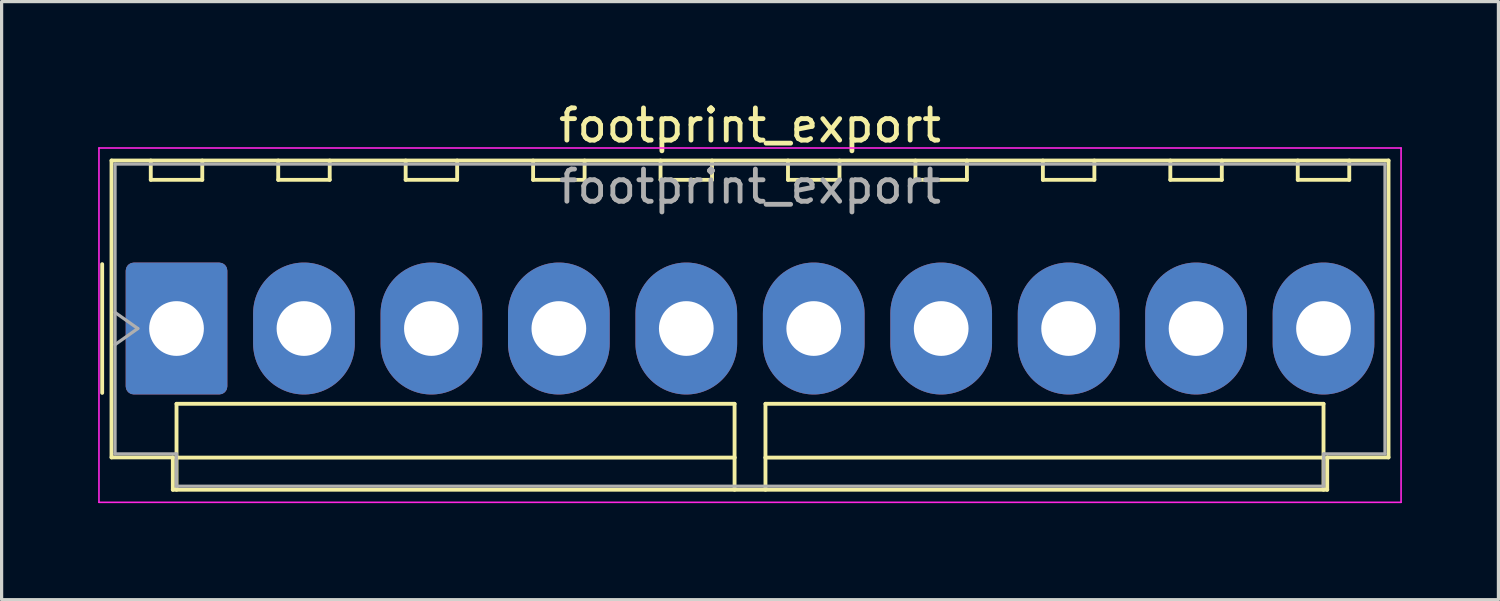
<source format=kicad_pcb>
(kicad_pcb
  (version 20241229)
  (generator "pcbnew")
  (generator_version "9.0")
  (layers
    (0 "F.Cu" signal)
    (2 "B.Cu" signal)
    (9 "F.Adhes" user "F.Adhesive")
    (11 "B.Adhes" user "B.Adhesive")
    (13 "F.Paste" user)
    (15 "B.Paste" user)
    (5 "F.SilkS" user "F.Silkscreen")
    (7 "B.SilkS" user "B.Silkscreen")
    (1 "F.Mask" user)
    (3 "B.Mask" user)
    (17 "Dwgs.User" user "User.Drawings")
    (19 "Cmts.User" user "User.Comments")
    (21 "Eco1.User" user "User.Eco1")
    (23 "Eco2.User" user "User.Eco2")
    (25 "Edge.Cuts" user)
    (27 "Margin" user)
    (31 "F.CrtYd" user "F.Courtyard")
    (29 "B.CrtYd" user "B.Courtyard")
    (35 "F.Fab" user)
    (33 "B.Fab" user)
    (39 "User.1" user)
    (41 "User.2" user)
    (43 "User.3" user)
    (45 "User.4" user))
  (footprint "footprint_export"
    (layer "F.Cu")
    (at 2.435 7.158)
    (property "Reference" "footprint_export" (at 17.82 -6.31 0) (layer "F.SilkS") (effects (font (size 1 1) (thickness 0.15))))
    (attr through_hole)
    (fp_line (start -2.31 -2) (end -2.31 2) (stroke (width 0.12) (type solid)) (layer "F.SilkS"))
    (fp_line (start -2.02 -5.22) (end 37.66 -5.22) (stroke (width 0.12) (type solid)) (layer "F.SilkS"))
    (fp_line (start -2.02 4.005) (end -2.02 -5.22) (stroke (width 0.12) (type solid)) (layer "F.SilkS"))
    (fp_line (start -0.8 -5.22) (end -0.8 -4.62) (stroke (width 0.12) (type solid)) (layer "F.SilkS"))
    (fp_line (start -0.8 -4.62) (end 0.8 -4.62) (stroke (width 0.12) (type solid)) (layer "F.SilkS"))
    (fp_line (start -0.115 4.005) (end -2.02 4.005) (stroke (width 0.12) (type solid)) (layer "F.SilkS"))
    (fp_line (start -0.115 5.01) (end -0.115 4.005) (stroke (width 0.12) (type solid)) (layer "F.SilkS"))
    (fp_line (start 0 2.34) (end 17.34 2.34) (stroke (width 0.12) (type solid)) (layer "F.SilkS"))
    (fp_line (start 0 4.01) (end 0 2.34) (stroke (width 0.12) (type solid)) (layer "F.SilkS"))
    (fp_line (start 0 4.01) (end 17.34 4.01) (stroke (width 0.12) (type solid)) (layer "F.SilkS"))
    (fp_line (start 0 5.01) (end 0 4.01) (stroke (width 0.12) (type solid)) (layer "F.SilkS"))
    (fp_line (start 0.8 -4.62) (end 0.8 -5.22) (stroke (width 0.12) (type solid)) (layer "F.SilkS"))
    (fp_line (start 3.16 -5.22) (end 3.16 -4.62) (stroke (width 0.12) (type solid)) (layer "F.SilkS"))
    (fp_line (start 3.16 -4.62) (end 4.76 -4.62) (stroke (width 0.12) (type solid)) (layer "F.SilkS"))
    (fp_line (start 4.76 -4.62) (end 4.76 -5.22) (stroke (width 0.12) (type solid)) (layer "F.SilkS"))
    (fp_line (start 7.12 -5.22) (end 7.12 -4.62) (stroke (width 0.12) (type solid)) (layer "F.SilkS"))
    (fp_line (start 7.12 -4.62) (end 8.72 -4.62) (stroke (width 0.12) (type solid)) (layer "F.SilkS"))
    (fp_line (start 8.72 -4.62) (end 8.72 -5.22) (stroke (width 0.12) (type solid)) (layer "F.SilkS"))
    (fp_line (start 11.08 -5.22) (end 11.08 -4.62) (stroke (width 0.12) (type solid)) (layer "F.SilkS"))
    (fp_line (start 11.08 -4.62) (end 12.68 -4.62) (stroke (width 0.12) (type solid)) (layer "F.SilkS"))
    (fp_line (start 12.68 -4.62) (end 12.68 -5.22) (stroke (width 0.12) (type solid)) (layer "F.SilkS"))
    (fp_line (start 15.04 -5.22) (end 15.04 -4.62) (stroke (width 0.12) (type solid)) (layer "F.SilkS"))
    (fp_line (start 15.04 -4.62) (end 16.64 -4.62) (stroke (width 0.12) (type solid)) (layer "F.SilkS"))
    (fp_line (start 16.64 -4.62) (end 16.64 -5.22) (stroke (width 0.12) (type solid)) (layer "F.SilkS"))
    (fp_line (start 17.34 2.34) (end 17.34 4.01) (stroke (width 0.12) (type solid)) (layer "F.SilkS"))
    (fp_line (start 17.34 4.01) (end 17.34 5.01) (stroke (width 0.12) (type solid)) (layer "F.SilkS"))
    (fp_line (start 18.3 2.34) (end 35.64 2.34) (stroke (width 0.12) (type solid)) (layer "F.SilkS"))
    (fp_line (start 18.3 4.01) (end 18.3 2.34) (stroke (width 0.12) (type solid)) (layer "F.SilkS"))
    (fp_line (start 18.3 4.01) (end 35.64 4.01) (stroke (width 0.12) (type solid)) (layer "F.SilkS"))
    (fp_line (start 18.3 5.01) (end 18.3 4.01) (stroke (width 0.12) (type solid)) (layer "F.SilkS"))
    (fp_line (start 19 -5.22) (end 19 -4.62) (stroke (width 0.12) (type solid)) (layer "F.SilkS"))
    (fp_line (start 19 -4.62) (end 20.6 -4.62) (stroke (width 0.12) (type solid)) (layer "F.SilkS"))
    (fp_line (start 20.6 -4.62) (end 20.6 -5.22) (stroke (width 0.12) (type solid)) (layer "F.SilkS"))
    (fp_line (start 22.96 -5.22) (end 22.96 -4.62) (stroke (width 0.12) (type solid)) (layer "F.SilkS"))
    (fp_line (start 22.96 -4.62) (end 24.56 -4.62) (stroke (width 0.12) (type solid)) (layer "F.SilkS"))
    (fp_line (start 24.56 -4.62) (end 24.56 -5.22) (stroke (width 0.12) (type solid)) (layer "F.SilkS"))
    (fp_line (start 26.92 -5.22) (end 26.92 -4.62) (stroke (width 0.12) (type solid)) (layer "F.SilkS"))
    (fp_line (start 26.92 -4.62) (end 28.52 -4.62) (stroke (width 0.12) (type solid)) (layer "F.SilkS"))
    (fp_line (start 28.52 -4.62) (end 28.52 -5.22) (stroke (width 0.12) (type solid)) (layer "F.SilkS"))
    (fp_line (start 30.88 -5.22) (end 30.88 -4.62) (stroke (width 0.12) (type solid)) (layer "F.SilkS"))
    (fp_line (start 30.88 -4.62) (end 32.48 -4.62) (stroke (width 0.12) (type solid)) (layer "F.SilkS"))
    (fp_line (start 32.48 -4.62) (end 32.48 -5.22) (stroke (width 0.12) (type solid)) (layer "F.SilkS"))
    (fp_line (start 34.84 -5.22) (end 34.84 -4.62) (stroke (width 0.12) (type solid)) (layer "F.SilkS"))
    (fp_line (start 34.84 -4.62) (end 36.44 -4.62) (stroke (width 0.12) (type solid)) (layer "F.SilkS"))
    (fp_line (start 35.64 2.34) (end 35.64 4.01) (stroke (width 0.12) (type solid)) (layer "F.SilkS"))
    (fp_line (start 35.64 4.01) (end 35.64 5.01) (stroke (width 0.12) (type solid)) (layer "F.SilkS"))
    (fp_line (start 35.755 4.005) (end 35.755 5.01) (stroke (width 0.12) (type solid)) (layer "F.SilkS"))
    (fp_line (start 35.755 5.01) (end -0.115 5.01) (stroke (width 0.12) (type solid)) (layer "F.SilkS"))
    (fp_line (start 36.44 -4.62) (end 36.44 -5.22) (stroke (width 0.12) (type solid)) (layer "F.SilkS"))
    (fp_line (start 37.66 -5.22) (end 37.66 4.005) (stroke (width 0.12) (type solid)) (layer "F.SilkS"))
    (fp_line (start 37.66 4.005) (end 35.755 4.005) (stroke (width 0.12) (type solid)) (layer "F.SilkS"))
    (fp_line (start -2.41 -5.61) (end -2.41 5.4) (stroke (width 0.05) (type solid)) (layer "F.CrtYd"))
    (fp_line (start -2.41 5.4) (end 38.05 5.4) (stroke (width 0.05) (type solid)) (layer "F.CrtYd"))
    (fp_line (start 38.05 -5.61) (end -2.41 -5.61) (stroke (width 0.05) (type solid)) (layer "F.CrtYd"))
    (fp_line (start 38.05 5.4) (end 38.05 -5.61) (stroke (width 0.05) (type solid)) (layer "F.CrtYd"))
    (fp_line (start -1.91 -5.11) (end 37.55 -5.11) (stroke (width 0.1) (type solid)) (layer "F.Fab"))
    (fp_line (start -1.91 -0.5) (end -1.203 0) (stroke (width 0.1) (type solid)) (layer "F.Fab"))
    (fp_line (start -1.91 3.895) (end -1.91 -5.11) (stroke (width 0.1) (type solid)) (layer "F.Fab"))
    (fp_line (start -1.203 0) (end -1.91 0.5) (stroke (width 0.1) (type solid)) (layer "F.Fab"))
    (fp_line (start -0.005 3.895) (end -1.91 3.895) (stroke (width 0.1) (type solid)) (layer "F.Fab"))
    (fp_line (start -0.005 4.9) (end -0.005 3.895) (stroke (width 0.1) (type solid)) (layer "F.Fab"))
    (fp_line (start 35.645 3.895) (end 35.645 4.9) (stroke (width 0.1) (type solid)) (layer "F.Fab"))
    (fp_line (start 35.645 4.9) (end -0.005 4.9) (stroke (width 0.1) (type solid)) (layer "F.Fab"))
    (fp_line (start 37.55 -5.11) (end 37.55 3.895) (stroke (width 0.1) (type solid)) (layer "F.Fab"))
    (fp_line (start 37.55 3.895) (end 35.645 3.895) (stroke (width 0.1) (type solid)) (layer "F.Fab"))
    (fp_text user "${REFERENCE}" (at 17.82 -4.41 0) (layer "F.Fab") (effects (font (size 1 1) (thickness 0.15))))
    (pad "1" thru_hole roundrect (at 0 0) (size 3.16 4.1) (drill 1.7) (layers "*.Cu" "*.Mask") (roundrect_rratio 0.079))
    (pad "2" thru_hole oval (at 3.96 0) (size 3.16 4.1) (drill 1.7) (layers "*.Cu" "*.Mask"))
    (pad "3" thru_hole oval (at 7.92 0) (size 3.16 4.1) (drill 1.7) (layers "*.Cu" "*.Mask"))
    (pad "4" thru_hole oval (at 11.88 0) (size 3.16 4.1) (drill 1.7) (layers "*.Cu" "*.Mask"))
    (pad "5" thru_hole oval (at 15.84 0) (size 3.16 4.1) (drill 1.7) (layers "*.Cu" "*.Mask"))
    (pad "6" thru_hole oval (at 19.8 0) (size 3.16 4.1) (drill 1.7) (layers "*.Cu" "*.Mask"))
    (pad "7" thru_hole oval (at 23.76 0) (size 3.16 4.1) (drill 1.7) (layers "*.Cu" "*.Mask"))
    (pad "8" thru_hole oval (at 27.72 0) (size 3.16 4.1) (drill 1.7) (layers "*.Cu" "*.Mask"))
    (pad "9" thru_hole oval (at 31.68 0) (size 3.16 4.1) (drill 1.7) (layers "*.Cu" "*.Mask"))
    (pad "10" thru_hole oval (at 35.64 0) (size 3.16 4.1) (drill 1.7) (layers "*.Cu" "*.Mask")))
  (gr_rect
    (start -3 -3)
    (end 43.51 15.583)
    (stroke (width 0.1) (type default))
    (fill no)
    (layer "Edge.Cuts")))
</source>
